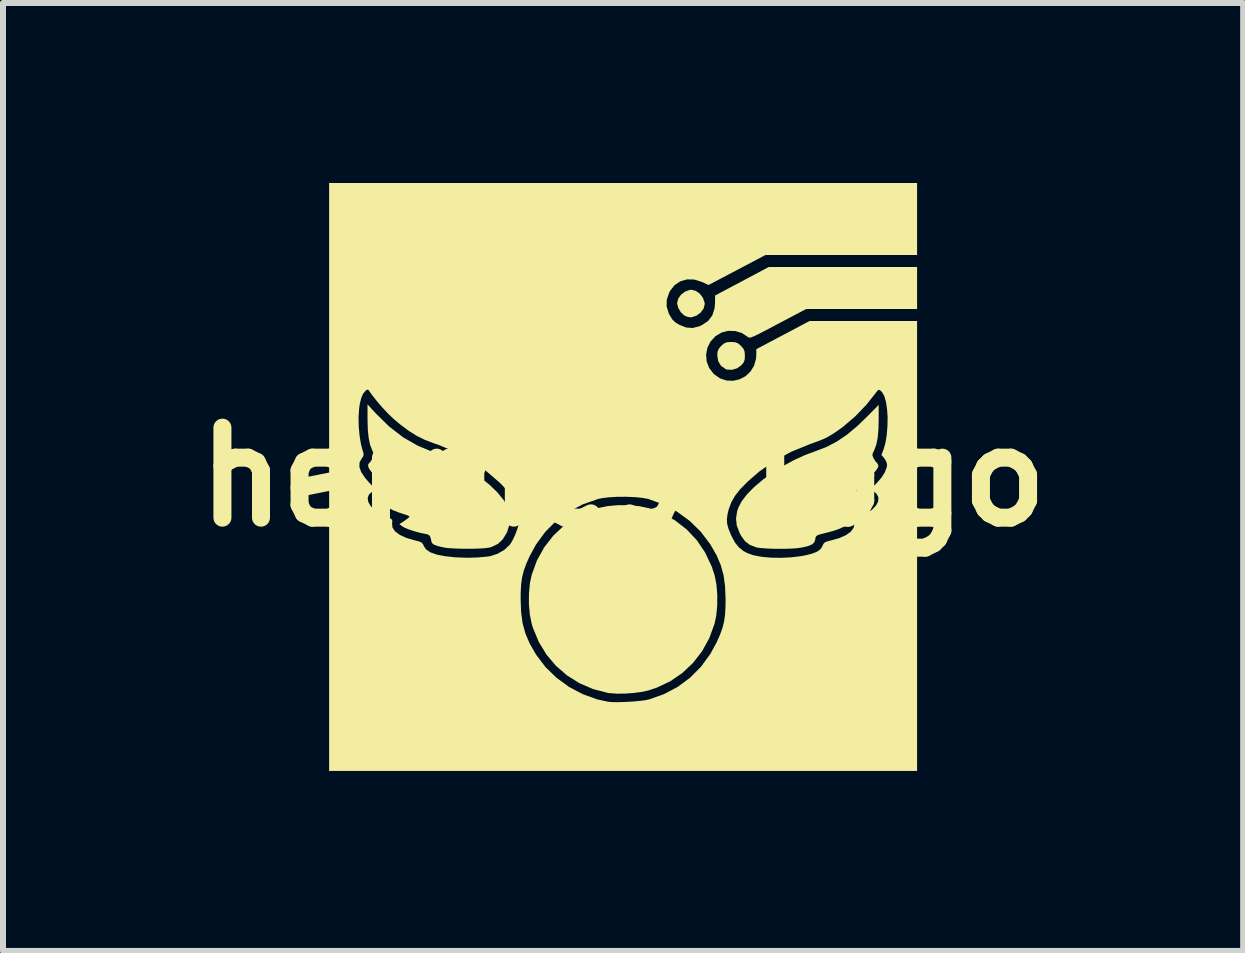
<source format=kicad_pcb>
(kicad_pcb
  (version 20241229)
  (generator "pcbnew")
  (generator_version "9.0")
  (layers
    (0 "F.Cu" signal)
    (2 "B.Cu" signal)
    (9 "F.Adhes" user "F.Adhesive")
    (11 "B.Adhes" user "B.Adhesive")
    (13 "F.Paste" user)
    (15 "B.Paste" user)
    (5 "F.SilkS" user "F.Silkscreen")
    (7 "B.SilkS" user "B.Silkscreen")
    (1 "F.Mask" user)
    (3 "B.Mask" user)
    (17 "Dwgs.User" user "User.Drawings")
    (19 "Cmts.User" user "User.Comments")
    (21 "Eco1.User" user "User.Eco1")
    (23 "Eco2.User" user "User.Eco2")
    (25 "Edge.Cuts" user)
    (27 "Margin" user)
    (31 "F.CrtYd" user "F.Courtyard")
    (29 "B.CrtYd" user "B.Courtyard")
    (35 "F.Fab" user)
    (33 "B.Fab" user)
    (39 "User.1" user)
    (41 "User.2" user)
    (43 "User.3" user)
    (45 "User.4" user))
  (footprint "hermes logo"
    (layer "F.Cu")
    (at 7.336 4.9)
    (property "Reference" "hermes logo" (at 0 0 0) (layer "F.SilkS") (effects (font (size 1.5 1.5) (thickness 0.3))))
    (attr board_only exclude_from_pos_files exclude_from_bom)
    (fp_poly (pts (xy 1.212 -3.102) (xy 1.279 -3.054) (xy 1.33 -2.986) (xy 1.358 -2.908) (xy 1.36 -2.88) (xy 1.342 -2.807) (xy 1.293 -2.741) (xy 1.225 -2.69) (xy 1.147 -2.663) (xy 1.117 -2.661) (xy 1.066 -2.671) (xy 1.015 -2.695) (xy 0.96 -2.748) (xy 0.918 -2.821) (xy 0.9 -2.896) (xy 0.9 -2.9) (xy 0.918 -2.972) (xy 0.966 -3.039) (xy 1.034 -3.09) (xy 1.112 -3.118) (xy 1.14 -3.12)) (stroke (width 0) (type solid)) (fill yes) (layer "F.SilkS"))
    (fp_poly (pts (xy 1.867 -2.246) (xy 1.914 -2.228) (xy 1.96 -2.189) (xy 1.965 -2.185) (xy 2.006 -2.137) (xy 2.025 -2.091) (xy 2.03 -2.026) (xy 2.03 -2.02) (xy 2.026 -1.953) (xy 2.008 -1.906) (xy 1.969 -1.86) (xy 1.968 -1.859) (xy 1.897 -1.81) (xy 1.814 -1.786) (xy 1.733 -1.79) (xy 1.71 -1.798) (xy 1.632 -1.852) (xy 1.585 -1.931) (xy 1.57 -2.021) (xy 1.574 -2.088) (xy 1.593 -2.135) (xy 1.633 -2.183) (xy 1.635 -2.185) (xy 1.683 -2.226) (xy 1.729 -2.245) (xy 1.794 -2.25) (xy 1.8 -2.25)) (stroke (width 0) (type solid)) (fill yes) (layer "F.SilkS"))
    (fp_poly (pts (xy 0.102 0.471) (xy 0.276 0.488) (xy 0.41 0.517) (xy 0.649 0.604) (xy 0.867 0.725) (xy 1.061 0.876) (xy 1.228 1.054) (xy 1.367 1.259) (xy 1.475 1.488) (xy 1.524 1.634) (xy 1.555 1.787) (xy 1.57 1.961) (xy 1.569 2.142) (xy 1.552 2.316) (xy 1.523 2.45) (xy 1.436 2.688) (xy 1.316 2.905) (xy 1.166 3.099) (xy 0.988 3.267) (xy 0.786 3.405) (xy 0.561 3.512) (xy 0.417 3.56) (xy 0.305 3.584) (xy 0.17 3.601) (xy 0.027 3.611) (xy -0.111 3.612) (xy -0.228 3.603) (xy -0.257 3.599) (xy -0.502 3.535) (xy -0.729 3.437) (xy -0.936 3.307) (xy -1.119 3.148) (xy -1.277 2.961) (xy -1.406 2.749) (xy -1.503 2.515) (xy -1.524 2.446) (xy -1.555 2.293) (xy -1.57 2.119) (xy -1.569 1.938) (xy -1.552 1.764) (xy -1.523 1.63) (xy -1.436 1.391) (xy -1.315 1.173) (xy -1.164 0.979) (xy -0.986 0.812) (xy -0.781 0.673) (xy -0.552 0.565) (xy -0.406 0.516) (xy -0.253 0.485) (xy -0.079 0.47)) (stroke (width 0) (type solid)) (fill yes) (layer "F.SilkS"))
    (fp_poly (pts (xy 4.26 -0.963) (xy 4.256 -0.791) (xy 4.243 -0.652) (xy 4.221 -0.541) (xy 4.189 -0.453) (xy 4.182 -0.439) (xy 4.159 -0.39) (xy 4.156 -0.355) (xy 4.173 -0.315) (xy 4.176 -0.309) (xy 4.206 -0.261) (xy 4.236 -0.229) (xy 4.236 -0.228) (xy 4.255 -0.192) (xy 4.251 -0.163) (xy 4.229 -0.127) (xy 4.185 -0.072) (xy 4.127 -0.007) (xy 4.061 0.06) (xy 3.995 0.121) (xy 3.943 0.164) (xy 3.902 0.197) (xy 3.887 0.221) (xy 3.896 0.253) (xy 3.908 0.277) (xy 3.94 0.322) (xy 3.981 0.339) (xy 4.006 0.34) (xy 4.072 0.347) (xy 4.103 0.366) (xy 4.101 0.394) (xy 4.069 0.43) (xy 4.01 0.471) (xy 3.924 0.515) (xy 3.816 0.561) (xy 3.703 0.601) (xy 3.536 0.655) (xy 3.628 0.719) (xy 3.677 0.756) (xy 3.705 0.787) (xy 3.709 0.801) (xy 3.671 0.833) (xy 3.597 0.867) (xy 3.49 0.903) (xy 3.392 0.929) (xy 3.307 0.95) (xy 3.253 0.966) (xy 3.224 0.982) (xy 3.21 1.002) (xy 3.204 1.03) (xy 3.204 1.037) (xy 3.189 1.085) (xy 3.153 1.122) (xy 3.088 1.15) (xy 2.991 1.174) (xy 2.971 1.178) (xy 2.891 1.188) (xy 2.787 1.195) (xy 2.667 1.198) (xy 2.543 1.198) (xy 2.424 1.194) (xy 2.32 1.187) (xy 2.241 1.178) (xy 2.219 1.173) (xy 2.114 1.133) (xy 2.033 1.072) (xy 1.968 0.983) (xy 1.941 0.931) (xy 1.894 0.807) (xy 1.882 0.692) (xy 1.901 0.571) (xy 1.922 0.509) (xy 1.979 0.401) (xy 2.069 0.285) (xy 2.188 0.165) (xy 2.33 0.045) (xy 2.491 -0.072) (xy 2.664 -0.181) (xy 2.847 -0.28) (xy 3.032 -0.365) (xy 3.202 -0.428) (xy 3.386 -0.498) (xy 3.56 -0.589) (xy 3.731 -0.704) (xy 3.905 -0.85) (xy 4.055 -0.994) (xy 4.26 -1.201)) (stroke (width 0) (type solid)) (fill yes) (layer "F.SilkS"))
    (fp_poly (pts (xy -4.119 -1.056) (xy -3.899 -0.84) (xy -3.667 -0.661) (xy -3.424 -0.521) (xy -3.196 -0.427) (xy -2.932 -0.322) (xy -2.677 -0.191) (xy -2.44 -0.039) (xy -2.227 0.13) (xy -2.096 0.256) (xy -1.987 0.39) (xy -1.917 0.519) (xy -1.884 0.647) (xy -1.889 0.776) (xy -1.931 0.91) (xy -1.941 0.933) (xy -2.007 1.041) (xy -2.087 1.116) (xy -2.189 1.165) (xy -2.24 1.179) (xy -2.301 1.187) (xy -2.392 1.193) (xy -2.502 1.196) (xy -2.622 1.197) (xy -2.742 1.195) (xy -2.851 1.19) (xy -2.939 1.183) (xy -2.972 1.178) (xy -3.08 1.155) (xy -3.152 1.129) (xy -3.187 1.1) (xy -3.189 1.095) (xy -3.199 1.057) (xy -3.208 1.016) (xy -3.225 0.977) (xy -3.261 0.957) (xy -3.295 0.949) (xy -3.386 0.931) (xy -3.482 0.904) (xy -3.572 0.875) (xy -3.643 0.845) (xy -3.681 0.823) (xy -3.728 0.786) (xy -3.644 0.73) (xy -3.596 0.696) (xy -3.565 0.669) (xy -3.56 0.66) (xy -3.578 0.647) (xy -3.622 0.629) (xy -3.655 0.62) (xy -3.74 0.592) (xy -3.835 0.554) (xy -3.928 0.51) (xy -4.009 0.467) (xy -4.067 0.429) (xy -4.077 0.42) (xy -4.105 0.382) (xy -4.096 0.356) (xy -4.048 0.342) (xy -4.006 0.34) (xy -3.955 0.332) (xy -3.922 0.3) (xy -3.908 0.277) (xy -3.89 0.236) (xy -3.891 0.21) (xy -3.917 0.183) (xy -3.943 0.164) (xy -4.011 0.107) (xy -4.082 0.04) (xy -4.149 -0.03) (xy -4.203 -0.094) (xy -4.237 -0.144) (xy -4.242 -0.155) (xy -4.252 -0.2) (xy -4.238 -0.227) (xy -4.234 -0.229) (xy -4.206 -0.261) (xy -4.176 -0.309) (xy -4.175 -0.31) (xy -4.157 -0.353) (xy -4.157 -0.388) (xy -4.177 -0.435) (xy -4.18 -0.44) (xy -4.216 -0.531) (xy -4.24 -0.643) (xy -4.255 -0.781) (xy -4.26 -0.952) (xy -4.26 -0.966) (xy -4.26 -1.21)) (stroke (width 0) (type solid)) (fill yes) (layer "F.SilkS"))
    (fp_poly (pts (xy 4.9 -4.3) (xy 4.9 -3.7) (xy 3.637 -3.7) (xy 2.374 -3.7) (xy 1.9 -3.45) (xy 1.425 -3.2) (xy 1.31 -3.252) (xy 1.185 -3.291) (xy 1.064 -3.293) (xy 0.953 -3.261) (xy 0.857 -3.196) (xy 0.782 -3.1) (xy 0.767 -3.07) (xy 0.728 -2.953) (xy 0.725 -2.843) (xy 0.76 -2.73) (xy 0.776 -2.698) (xy 0.82 -2.626) (xy 0.87 -2.577) (xy 0.938 -2.536) (xy 1.052 -2.491) (xy 1.159 -2.483) (xy 1.269 -2.511) (xy 1.316 -2.532) (xy 1.418 -2.601) (xy 1.487 -2.693) (xy 1.524 -2.808) (xy 1.532 -2.897) (xy 1.534 -3.025) (xy 1.981 -3.262) (xy 2.428 -3.5) (xy 3.664 -3.5) (xy 4.9 -3.5) (xy 4.9 -3.15) (xy 4.9 -2.8) (xy 3.975 -2.8) (xy 3.05 -2.799) (xy 2.58 -2.551) (xy 2.439 -2.476) (xy 2.329 -2.419) (xy 2.246 -2.376) (xy 2.185 -2.347) (xy 2.143 -2.33) (xy 2.114 -2.323) (xy 2.095 -2.324) (xy 2.081 -2.331) (xy 2.07 -2.34) (xy 1.98 -2.399) (xy 1.87 -2.432) (xy 1.755 -2.436) (xy 1.645 -2.409) (xy 1.644 -2.409) (xy 1.538 -2.345) (xy 1.458 -2.258) (xy 1.406 -2.155) (xy 1.384 -2.043) (xy 1.392 -1.928) (xy 1.433 -1.819) (xy 1.507 -1.722) (xy 1.512 -1.716) (xy 1.614 -1.644) (xy 1.724 -1.607) (xy 1.836 -1.603) (xy 1.943 -1.628) (xy 2.041 -1.68) (xy 2.123 -1.757) (xy 2.183 -1.855) (xy 2.216 -1.972) (xy 2.22 -2.034) (xy 2.22 -2.13) (xy 2.665 -2.365) (xy 3.109 -2.6) (xy 4.004 -2.6) (xy 4.9 -2.6) (xy 4.9 1.15) (xy 4.9 4.9) (xy 0 4.9) (xy -4.9 4.9) (xy -4.9 2.04) (xy -1.708 2.04) (xy -1.7 2.253) (xy -1.675 2.44) (xy -1.628 2.61) (xy -1.558 2.775) (xy -1.46 2.946) (xy -1.446 2.968) (xy -1.292 3.171) (xy -1.108 3.349) (xy -0.901 3.5) (xy -0.674 3.62) (xy -0.433 3.707) (xy -0.25 3.747) (xy -0.18 3.753) (xy -0.082 3.754) (xy 0.033 3.75) (xy 0.153 3.744) (xy 0.267 3.734) (xy 0.364 3.722) (xy 0.43 3.709) (xy 0.681 3.62) (xy 0.912 3.498) (xy 1.119 3.344) (xy 1.301 3.16) (xy 1.455 2.948) (xy 1.559 2.757) (xy 1.616 2.628) (xy 1.657 2.514) (xy 1.684 2.405) (xy 1.7 2.288) (xy 1.707 2.152) (xy 1.708 2.04) (xy 1.7 1.827) (xy 1.675 1.64) (xy 1.628 1.47) (xy 1.558 1.305) (xy 1.46 1.134) (xy 1.446 1.112) (xy 1.292 0.91) (xy 1.108 0.731) (xy 1.066 0.7) (xy 1.73 0.7) (xy 1.734 0.779) (xy 1.757 0.865) (xy 1.8 0.97) (xy 1.86 1.086) (xy 1.928 1.172) (xy 2.01 1.237) (xy 2.074 1.271) (xy 2.176 1.306) (xy 2.309 1.331) (xy 2.462 1.345) (xy 2.628 1.348) (xy 2.798 1.34) (xy 2.963 1.32) (xy 3.024 1.309) (xy 3.145 1.28) (xy 3.231 1.247) (xy 3.288 1.206) (xy 3.321 1.156) (xy 3.323 1.15) (xy 3.341 1.112) (xy 3.368 1.087) (xy 3.417 1.07) (xy 3.458 1.06) (xy 3.601 1.02) (xy 3.714 0.97) (xy 3.796 0.911) (xy 3.844 0.845) (xy 3.855 0.776) (xy 3.854 0.771) (xy 3.851 0.732) (xy 3.865 0.707) (xy 3.903 0.685) (xy 3.931 0.673) (xy 4.053 0.613) (xy 4.149 0.546) (xy 4.216 0.476) (xy 4.252 0.406) (xy 4.255 0.339) (xy 4.223 0.279) (xy 4.186 0.249) (xy 4.123 0.206) (xy 4.222 0.108) (xy 4.304 0.014) (xy 4.364 -0.08) (xy 4.396 -0.167) (xy 4.4 -0.205) (xy 4.387 -0.256) (xy 4.356 -0.309) (xy 4.353 -0.312) (xy 4.306 -0.367) (xy 4.343 -0.464) (xy 4.373 -0.568) (xy 4.394 -0.698) (xy 4.406 -0.844) (xy 4.409 -0.991) (xy 4.401 -1.118) (xy 4.382 -1.248) (xy 4.356 -1.343) (xy 4.319 -1.41) (xy 4.29 -1.44) (xy 4.263 -1.454) (xy 4.24 -1.439) (xy 4.227 -1.421) (xy 4.059 -1.208) (xy 3.868 -1.009) (xy 3.663 -0.834) (xy 3.564 -0.763) (xy 3.483 -0.71) (xy 3.412 -0.668) (xy 3.339 -0.632) (xy 3.254 -0.598) (xy 3.145 -0.558) (xy 3.116 -0.548) (xy 2.806 -0.422) (xy 2.523 -0.269) (xy 2.264 -0.086) (xy 2.068 0.085) (xy 1.951 0.205) (xy 1.864 0.316) (xy 1.802 0.426) (xy 1.759 0.544) (xy 1.742 0.614) (xy 1.73 0.7) (xy 1.066 0.7) (xy 0.899 0.579) (xy 0.67 0.457) (xy 0.426 0.369) (xy 0.42 0.367) (xy 0.32 0.348) (xy 0.192 0.336) (xy 0.049 0.33) (xy -0.099 0.331) (xy -0.238 0.339) (xy -0.357 0.354) (xy -0.42 0.368) (xy -0.676 0.458) (xy -0.908 0.581) (xy -1.117 0.734) (xy -1.299 0.917) (xy -1.453 1.128) (xy -1.559 1.323) (xy -1.616 1.452) (xy -1.657 1.566) (xy -1.684 1.675) (xy -1.7 1.792) (xy -1.707 1.928) (xy -1.708 2.04) (xy -4.9 2.04) (xy -4.9 0) (xy -4.9 -0.988) (xy -4.41 -0.988) (xy -4.406 -0.835) (xy -4.392 -0.682) (xy -4.369 -0.544) (xy -4.348 -0.466) (xy -4.33 -0.405) (xy -4.325 -0.368) (xy -4.335 -0.339) (xy -4.357 -0.309) (xy -4.393 -0.241) (xy -4.396 -0.166) (xy -4.366 -0.082) (xy -4.301 0.015) (xy -4.235 0.092) (xy -4.124 0.211) (xy -4.181 0.244) (xy -4.237 0.294) (xy -4.258 0.353) (xy -4.246 0.42) (xy -4.204 0.489) (xy -4.135 0.557) (xy -4.039 0.621) (xy -3.926 0.672) (xy -3.874 0.695) (xy -3.85 0.715) (xy -3.847 0.746) (xy -3.851 0.769) (xy -3.845 0.84) (xy -3.802 0.906) (xy -3.723 0.965) (xy -3.612 1.016) (xy -3.471 1.057) (xy -3.458 1.06) (xy -3.392 1.077) (xy -3.355 1.097) (xy -3.332 1.126) (xy -3.323 1.15) (xy -3.283 1.209) (xy -3.211 1.257) (xy -3.103 1.295) (xy -2.96 1.322) (xy -2.8 1.339) (xy -2.608 1.347) (xy -2.422 1.342) (xy -2.256 1.326) (xy -2.207 1.318) (xy -2.09 1.279) (xy -1.98 1.215) (xy -1.892 1.133) (xy -1.87 1.103) (xy -1.836 1.043) (xy -1.799 0.963) (xy -1.768 0.881) (xy -1.742 0.802) (xy -1.73 0.744) (xy -1.729 0.691) (xy -1.739 0.627) (xy -1.739 0.624) (xy -1.772 0.498) (xy -1.823 0.382) (xy -1.899 0.268) (xy -2.003 0.149) (xy -2.065 0.088) (xy -2.285 -0.101) (xy -2.533 -0.272) (xy -2.799 -0.418) (xy -3.074 -0.534) (xy -3.15 -0.56) (xy -3.3 -0.616) (xy -3.439 -0.685) (xy -3.578 -0.772) (xy -3.725 -0.883) (xy -3.818 -0.961) (xy -3.911 -1.049) (xy -4.012 -1.156) (xy -4.11 -1.271) (xy -4.194 -1.378) (xy -4.222 -1.42) (xy -4.248 -1.453) (xy -4.27 -1.454) (xy -4.289 -1.441) (xy -4.333 -1.389) (xy -4.366 -1.313) (xy -4.391 -1.206) (xy -4.401 -1.127) (xy -4.41 -0.988) (xy -4.9 -0.988) (xy -4.9 -4.9) (xy 0 -4.9) (xy 4.9 -4.9)) (stroke (width 0) (type solid)) (fill yes) (layer "F.SilkS")))
  (gr_rect
    (start -3 -3)
    (end 17.671 12.8)
    (stroke (width 0.1) (type default))
    (fill no)
    (layer "Edge.Cuts")))
</source>
